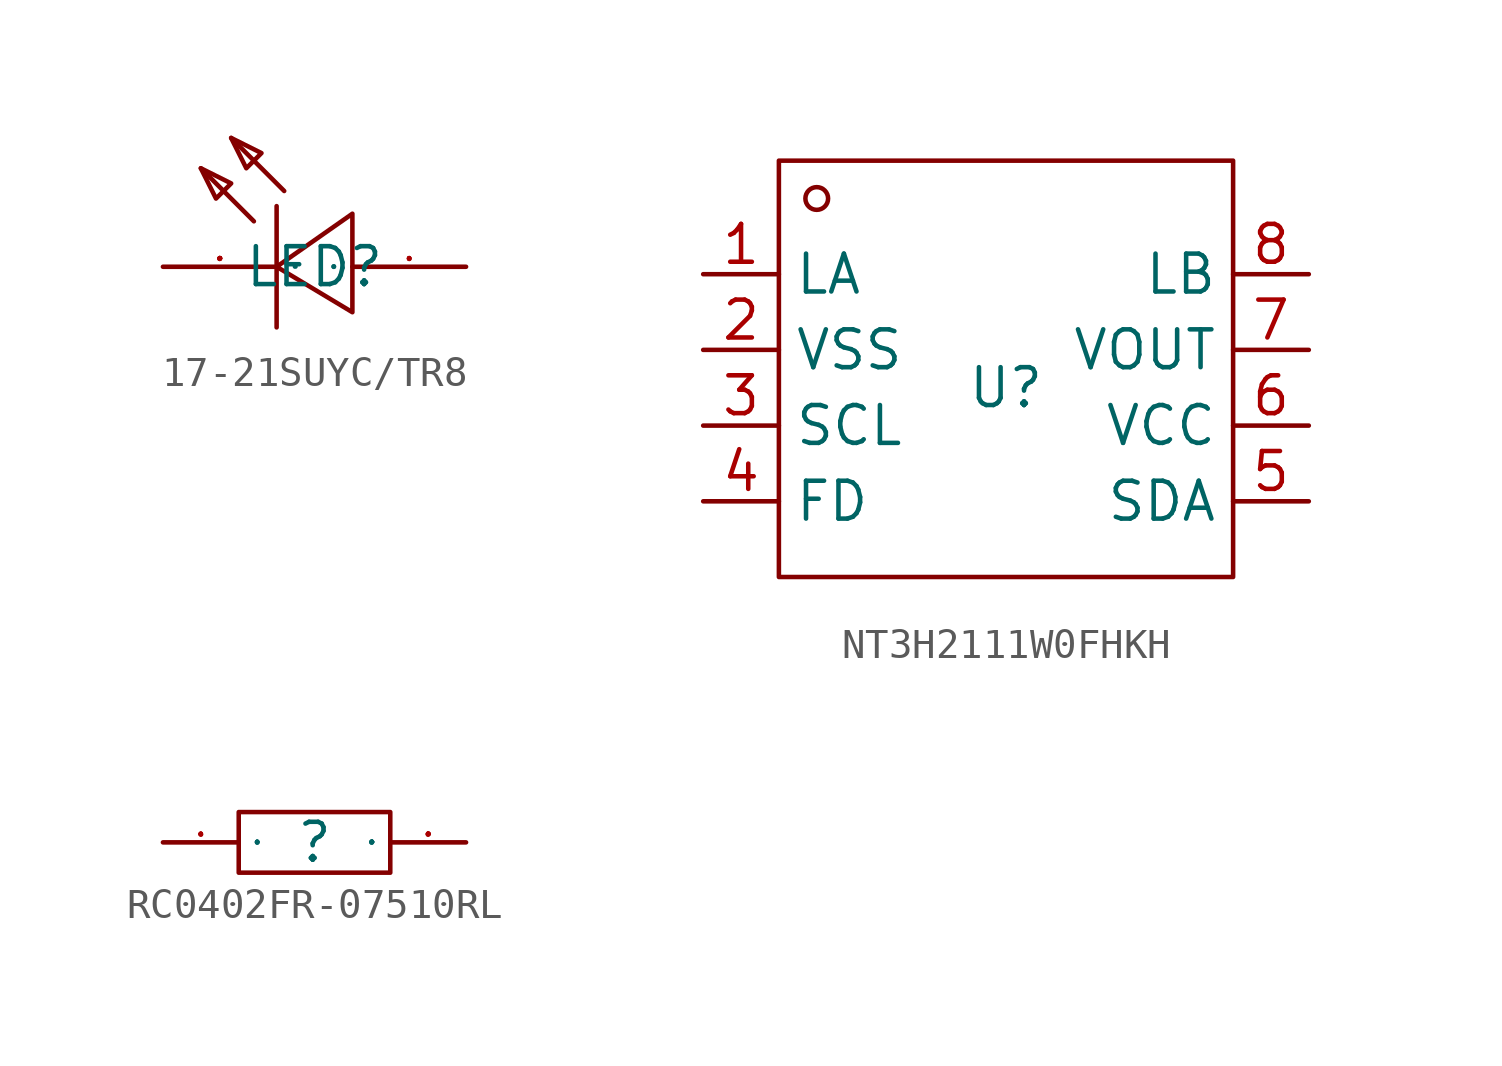
<source format=kicad_sym>
(kicad_symbol_lib
  (version 20241209)
  (generator "kicad_symbol_editor")
  (generator_version "9.0")
  (symbol "17-21SUYC/TR8"
    (property "Reference" "LED"
      (at 0 0 0)
      (effects (font (size 1.27 1.27))))
    (property "Value" ""
      (at 0 0 0)
      (effects (font (size 1.27 1.27))))
    (symbol "17-21SUYC/TR8_1_0"
      (polyline (pts (xy -3.81 3.302) (xy -2.794 2.794) (xy -2.794 2.794) (xy -3.302 2.286) (xy -3.302 2.286) (xy -3.81 3.302)) (stroke (width 0) (type default)) (fill (type none)))
      (polyline (pts (xy -2.794 4.318) (xy -1.778 3.81) (xy -1.778 3.81) (xy -2.286 3.302) (xy -2.286 3.302) (xy -2.794 4.318)) (stroke (width 0) (type default)) (fill (type none)))
      (polyline (pts (xy -2.032 1.524) (xy -3.81 3.302)) (stroke (width 0) (type default)) (fill (type none)))
      (polyline (pts (xy -1.27 2.032) (xy -1.27 -2.032)) (stroke (width 0) (type default)) (fill (type none)))
      (polyline (pts (xy -1.016 2.54) (xy -2.794 4.318)) (stroke (width 0) (type default)) (fill (type none)))
      (polyline (pts (xy 1.27 -1.524) (xy -1.27 0) (xy -1.27 0) (xy 1.27 1.778) (xy 1.27 1.778) (xy 1.27 -1.524)) (stroke (width 0) (type default)) (fill (type none)))
      (pin unspecified line (at -5.08 0 0) (length 3.81) (name "-" (effects (font (size 0.025 0.025)))) (number "2" (effects (font (size 0.025 0.025)))))
      (pin unspecified line (at 5.08 0 180) (length 3.81) (name "+" (effects (font (size 0.025 0.025)))) (number "1" (effects (font (size 0.025 0.025)))))))
  (symbol "NT3H2111W0FHKH"
    (property "Reference" "U"
      (at 0 0 0)
      (effects (font (size 1.27 1.27))))
    (symbol "NT3H2111W0FHKH_1_0"
      (rectangle (start -7.62 -6.35) (end 7.62 7.62) (stroke (width 0) (type default)) (fill (type none)))
      (circle (center -6.35 6.35) (radius 0.381) (stroke (width 0) (type default)) (fill (type none)))
      (pin unspecified line (at -10.16 3.81 0) (length 2.54) (name "LA" (effects (font (size 1.27 1.27)))) (number "1" (effects (font (size 1.27 1.27)))))
      (pin unspecified line (at -10.16 1.27 0) (length 2.54) (name "VSS" (effects (font (size 1.27 1.27)))) (number "2" (effects (font (size 1.27 1.27)))))
      (pin unspecified line (at -10.16 -1.27 0) (length 2.54) (name "SCL" (effects (font (size 1.27 1.27)))) (number "3" (effects (font (size 1.27 1.27)))))
      (pin unspecified line (at -10.16 -3.81 0) (length 2.54) (name "FD" (effects (font (size 1.27 1.27)))) (number "4" (effects (font (size 1.27 1.27)))))
      (pin unspecified line (at 10.16 3.81 180) (length 2.54) (name "LB" (effects (font (size 1.27 1.27)))) (number "8" (effects (font (size 1.27 1.27)))))
      (pin unspecified line (at 10.16 1.27 180) (length 2.54) (name "VOUT" (effects (font (size 1.27 1.27)))) (number "7" (effects (font (size 1.27 1.27)))))
      (pin unspecified line (at 10.16 -1.27 180) (length 2.54) (name "VCC" (effects (font (size 1.27 1.27)))) (number "6" (effects (font (size 1.27 1.27)))))
      (pin unspecified line (at 10.16 -3.81 180) (length 2.54) (name "SDA" (effects (font (size 1.27 1.27)))) (number "5" (effects (font (size 1.27 1.27)))))))
  (symbol "RC0402FR-07510RL"
    (property "Reference" ""
      (at 0 0 0)
      (effects (font (size 1.27 1.27))))
    (symbol "RC0402FR-07510RL_1_0"
      (rectangle (start -2.54 -1.016) (end 2.54 1.016) (stroke (width 0) (type default)) (fill (type none)))
      (pin unspecified line (at -5.08 0 0) (length 2.54) (name "1" (effects (font (size 0.025 0.025)))) (number "1" (effects (font (size 0.025 0.025)))))
      (pin unspecified line (at 5.08 0 180) (length 2.54) (name "2" (effects (font (size 0.025 0.025)))) (number "2" (effects (font (size 0.025 0.025))))))))
</source>
